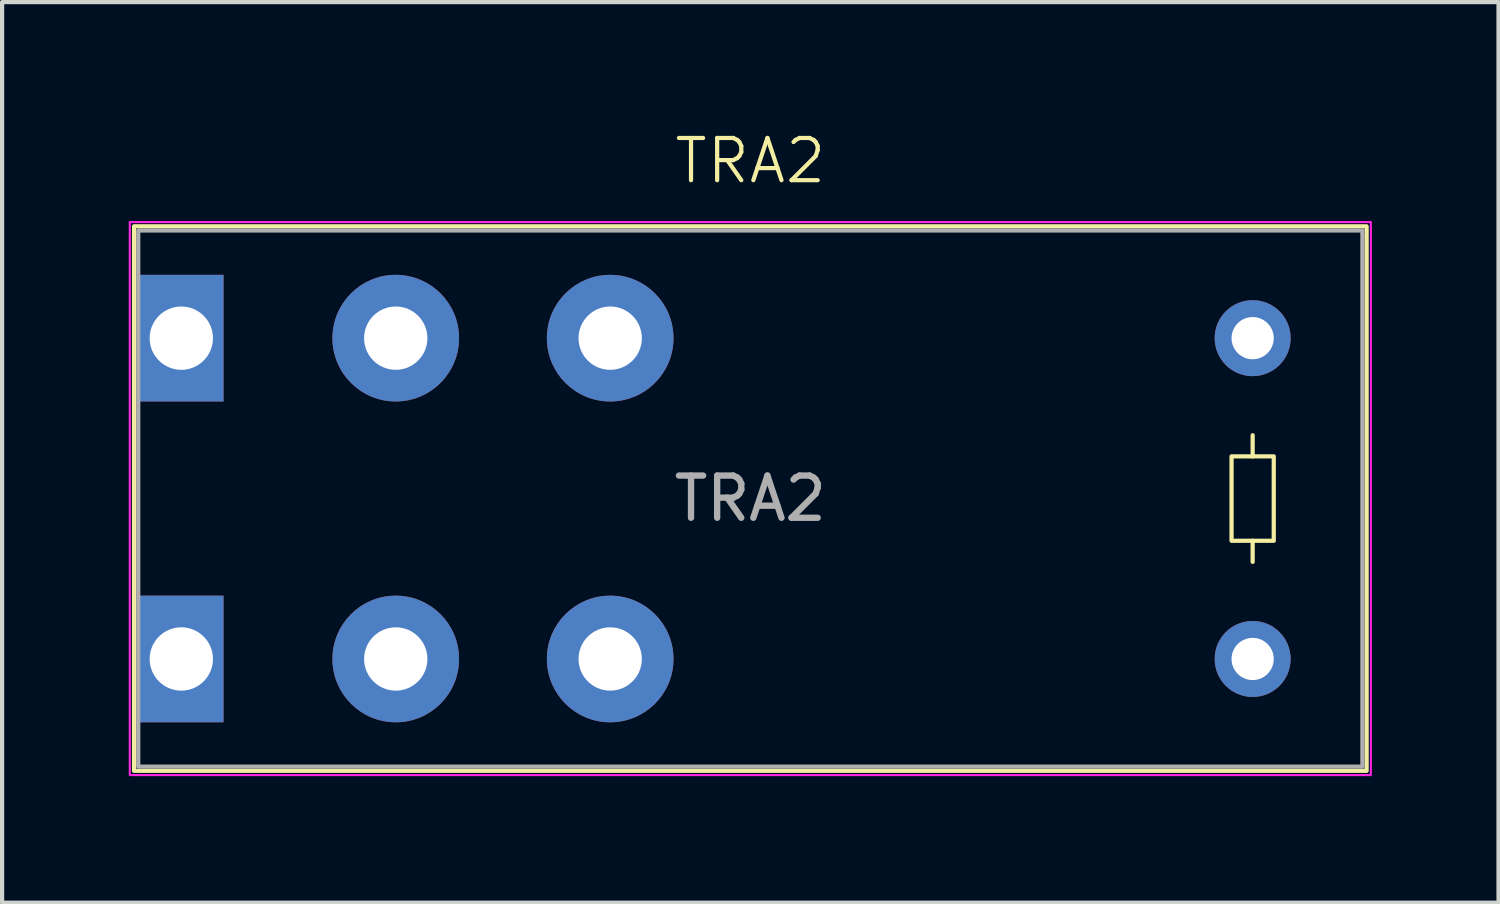
<source format=kicad_pcb>
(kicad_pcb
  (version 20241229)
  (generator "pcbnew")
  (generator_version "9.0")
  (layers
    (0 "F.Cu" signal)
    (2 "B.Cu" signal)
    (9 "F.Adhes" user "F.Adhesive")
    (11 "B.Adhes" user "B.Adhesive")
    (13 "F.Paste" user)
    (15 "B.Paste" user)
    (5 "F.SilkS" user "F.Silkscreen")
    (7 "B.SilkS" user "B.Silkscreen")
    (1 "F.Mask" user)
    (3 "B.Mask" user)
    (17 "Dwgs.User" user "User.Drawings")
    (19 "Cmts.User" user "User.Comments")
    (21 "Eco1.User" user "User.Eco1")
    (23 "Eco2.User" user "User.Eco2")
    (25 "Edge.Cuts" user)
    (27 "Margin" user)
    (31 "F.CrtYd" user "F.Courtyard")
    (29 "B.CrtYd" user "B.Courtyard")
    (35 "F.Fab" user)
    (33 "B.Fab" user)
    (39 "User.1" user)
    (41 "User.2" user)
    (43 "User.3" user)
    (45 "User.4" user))
  (footprint "TRA2"
    (layer "F.Cu")
    (at 14.725 8.761)
    (property "Reference" "TRA2" (at 0 -8 0) (unlocked yes) (layer "F.SilkS") (effects (font (size 1 1) (thickness 0.1))))
    (attr through_hole)
    (fp_line (start 11.9 -1) (end 11.9 -1.5) (stroke (width 0.1) (type default)) (layer "F.SilkS"))
    (fp_line (start 11.9 1) (end 11.9 1.5) (stroke (width 0.1) (type default)) (layer "F.SilkS"))
    (fp_rect (start -14.6 -6.45) (end 14.6 6.45) (stroke (width 0.1) (type default)) (fill no) (layer "F.SilkS"))
    (fp_rect (start 11.4 -1) (end 12.4 1) (stroke (width 0.1) (type default)) (fill no) (layer "F.SilkS"))
    (fp_rect (start -14.7 -6.55) (end 14.7 6.55) (stroke (width 0.05) (type default)) (fill no) (layer "F.CrtYd"))
    (fp_rect (start -14.5 -6.35) (end 14.5 6.35) (stroke (width 0.1) (type default)) (fill no) (layer "F.Fab"))
    (fp_text user "${REFERENCE}" (at 0 0 0) (unlocked yes) (layer "F.Fab") (effects (font (size 1 1) (thickness 0.15))))
    (pad "18" thru_hole rect (at -13.48 -3.8) (size 2 3) (drill 1.5) (layers "*.Cu" "*.Mask"))
    (pad "18" thru_hole rect (at -13.48 3.8) (size 2 3) (drill 1.5) (layers "*.Cu" "*.Mask"))
    (pad "27" thru_hole circle (at -8.4 -3.8) (size 3 3) (drill 1.5) (layers "*.Cu" "*.Mask"))
    (pad "27" thru_hole circle (at -8.4 3.8) (size 3 3) (drill 1.5) (layers "*.Cu" "*.Mask"))
    (pad "36" thru_hole circle (at -3.32 -3.8) (size 3 3) (drill 1.5) (layers "*.Cu" "*.Mask"))
    (pad "36" thru_hole circle (at -3.32 3.8) (size 3 3) (drill 1.5) (layers "*.Cu" "*.Mask"))
    (pad "45" thru_hole circle (at 11.9 -3.8) (size 1.8 1.8) (drill 1) (layers "*.Cu" "*.Mask"))
    (pad "45" thru_hole circle (at 11.9 3.8) (size 1.8 1.8) (drill 1) (layers "*.Cu" "*.Mask")))
  (gr_rect
    (start -3 -3)
    (end 32.45 18.335)
    (stroke (width 0.1) (type default))
    (fill no)
    (layer "Edge.Cuts")))
</source>
